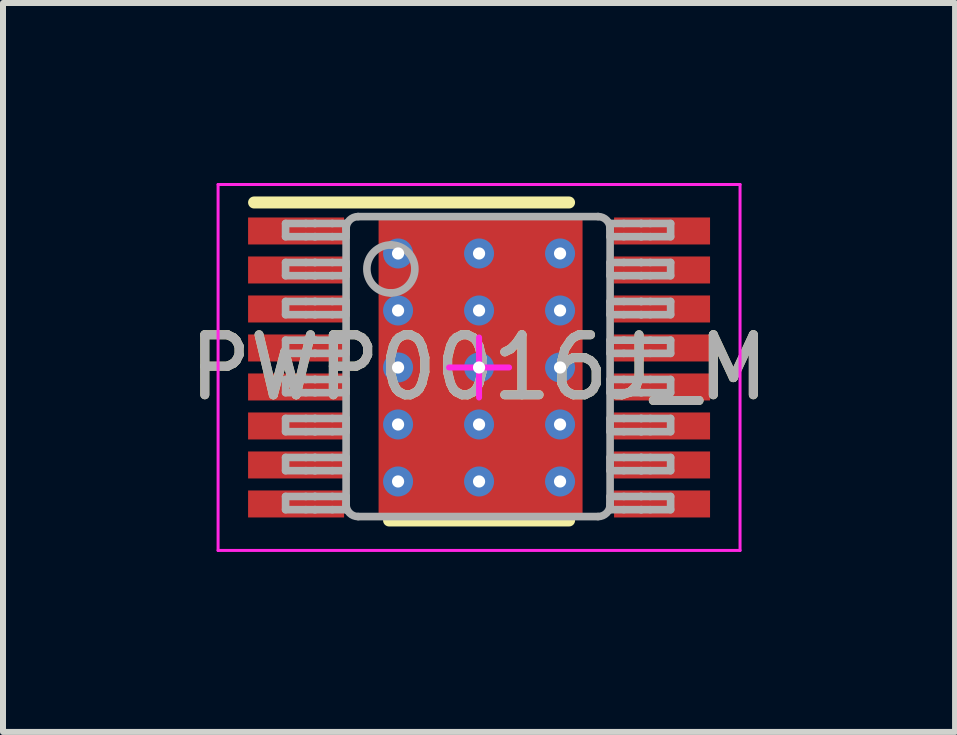
<source format=kicad_pcb>
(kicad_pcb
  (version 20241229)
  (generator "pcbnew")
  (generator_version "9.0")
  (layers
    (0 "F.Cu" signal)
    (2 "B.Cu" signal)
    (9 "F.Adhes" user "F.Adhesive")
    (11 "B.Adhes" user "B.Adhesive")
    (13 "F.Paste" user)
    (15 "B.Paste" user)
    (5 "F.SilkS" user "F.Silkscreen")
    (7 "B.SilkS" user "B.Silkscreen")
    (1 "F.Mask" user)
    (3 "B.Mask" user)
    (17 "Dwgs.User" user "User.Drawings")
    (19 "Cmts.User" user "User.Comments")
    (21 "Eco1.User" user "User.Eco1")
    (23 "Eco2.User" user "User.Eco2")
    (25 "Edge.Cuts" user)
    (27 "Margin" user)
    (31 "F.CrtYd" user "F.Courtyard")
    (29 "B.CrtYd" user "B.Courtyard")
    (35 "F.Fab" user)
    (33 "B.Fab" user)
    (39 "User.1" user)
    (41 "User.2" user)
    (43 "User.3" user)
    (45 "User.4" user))
  (footprint "PWP0016J_M"
    (layer "F.Cu")
    (at 4.935 3.075)
    (property "Reference" "PWP0016J_M" (at 0 0 0) (unlocked yes) (layer "F.SilkS") (effects (font (size 1 1) (thickness 0.15))))
    (attr smd)
    (fp_poly (pts (xy -1.23 1.726) (xy -1.23 -1.726) (xy -1.229 -1.735) (xy -1.226 -1.745) (xy -1.222 -1.753) (xy -1.216 -1.761) (xy -1.208 -1.767) (xy -1.2 -1.771) (xy -1.19 -1.774) (xy -1.181 -1.775) (xy 1.181 -1.775) (xy 1.19 -1.774) (xy 1.2 -1.771) (xy 1.208 -1.767) (xy 1.216 -1.761) (xy 1.222 -1.753) (xy 1.226 -1.745) (xy 1.229 -1.735) (xy 1.23 -1.726) (xy 1.23 1.726) (xy 1.229 1.735) (xy 1.226 1.745) (xy 1.222 1.753) (xy 1.216 1.761) (xy 1.208 1.767) (xy 1.2 1.771) (xy 1.19 1.774) (xy 1.181 1.775) (xy -1.181 1.775) (xy -1.19 1.774) (xy -1.2 1.771) (xy -1.208 1.767) (xy -1.216 1.761) (xy -1.222 1.753) (xy -1.226 1.745) (xy -1.229 1.735)) (stroke (width 0) (type solid)) (fill yes) (layer "F.Mask"))
    (fp_line (start -3.75 -2.75) (end 1.5 -2.75) (stroke (width 0.2) (type solid)) (layer "F.SilkS"))
    (fp_line (start -1.5 2.55) (end 1.5 2.55) (stroke (width 0.2) (type solid)) (layer "F.SilkS"))
    (fp_poly (pts (xy -1.23 1.726) (xy -1.23 -1.726) (xy -1.229 -1.735) (xy -1.226 -1.745) (xy -1.222 -1.753) (xy -1.216 -1.761) (xy -1.208 -1.767) (xy -1.2 -1.771) (xy -1.19 -1.774) (xy -1.181 -1.775) (xy 1.181 -1.775) (xy 1.19 -1.774) (xy 1.2 -1.771) (xy 1.208 -1.767) (xy 1.216 -1.761) (xy 1.222 -1.753) (xy 1.226 -1.745) (xy 1.229 -1.735) (xy 1.23 -1.726) (xy 1.23 1.726) (xy 1.229 1.735) (xy 1.226 1.745) (xy 1.222 1.753) (xy 1.216 1.761) (xy 1.208 1.767) (xy 1.2 1.771) (xy 1.19 1.774) (xy 1.181 1.775) (xy -1.181 1.775) (xy -1.19 1.774) (xy -1.2 1.771) (xy -1.208 1.767) (xy -1.216 1.761) (xy -1.222 1.753) (xy -1.226 1.745) (xy -1.229 1.735)) (stroke (width 0) (type solid)) (fill yes) (layer "F.Paste"))
    (fp_line (start -4.35 -3.05) (end 4.35 -3.05) (stroke (width 0.05) (type solid)) (layer "F.CrtYd"))
    (fp_line (start -4.35 3.05) (end -4.35 -3.05) (stroke (width 0.05) (type solid)) (layer "F.CrtYd"))
    (fp_line (start -4.35 3.05) (end 4.35 3.05) (stroke (width 0.05) (type solid)) (layer "F.CrtYd"))
    (fp_line (start -0.5 0) (end 0.5 0) (stroke (width 0.1) (type solid)) (layer "F.CrtYd"))
    (fp_line (start 0 0.5) (end 0 -0.5) (stroke (width 0.1) (type solid)) (layer "F.CrtYd"))
    (fp_line (start 4.35 3.05) (end 4.35 -3.05) (stroke (width 0.05) (type solid)) (layer "F.CrtYd"))
    (fp_line (start -3.225 -2.4) (end -2.887 -2.4) (stroke (width 0.127) (type solid)) (layer "F.Fab"))
    (fp_line (start -3.225 -2.18) (end -3.225 -2.4) (stroke (width 0.127) (type solid)) (layer "F.Fab"))
    (fp_line (start -3.225 -2.18) (end -2.887 -2.18) (stroke (width 0.127) (type solid)) (layer "F.Fab"))
    (fp_line (start -3.225 -1.75) (end -2.887 -1.75) (stroke (width 0.127) (type solid)) (layer "F.Fab"))
    (fp_line (start -3.225 -1.53) (end -3.225 -1.75) (stroke (width 0.127) (type solid)) (layer "F.Fab"))
    (fp_line (start -3.225 -1.53) (end -2.887 -1.53) (stroke (width 0.127) (type solid)) (layer "F.Fab"))
    (fp_line (start -3.225 -1.1) (end -2.887 -1.1) (stroke (width 0.127) (type solid)) (layer "F.Fab"))
    (fp_line (start -3.225 -0.88) (end -3.225 -1.1) (stroke (width 0.127) (type solid)) (layer "F.Fab"))
    (fp_line (start -3.225 -0.88) (end -2.887 -0.88) (stroke (width 0.127) (type solid)) (layer "F.Fab"))
    (fp_line (start -3.225 -0.455) (end -2.887 -0.455) (stroke (width 0.127) (type solid)) (layer "F.Fab"))
    (fp_line (start -3.225 -0.235) (end -3.225 -0.455) (stroke (width 0.127) (type solid)) (layer "F.Fab"))
    (fp_line (start -3.225 -0.235) (end -2.887 -0.235) (stroke (width 0.127) (type solid)) (layer "F.Fab"))
    (fp_line (start -3.225 0.2) (end -2.887 0.2) (stroke (width 0.127) (type solid)) (layer "F.Fab"))
    (fp_line (start -3.225 0.42) (end -3.225 0.2) (stroke (width 0.127) (type solid)) (layer "F.Fab"))
    (fp_line (start -3.225 0.42) (end -2.887 0.42) (stroke (width 0.127) (type solid)) (layer "F.Fab"))
    (fp_line (start -3.225 0.85) (end -2.887 0.85) (stroke (width 0.127) (type solid)) (layer "F.Fab"))
    (fp_line (start -3.225 1.07) (end -3.225 0.85) (stroke (width 0.127) (type solid)) (layer "F.Fab"))
    (fp_line (start -3.225 1.07) (end -2.887 1.07) (stroke (width 0.127) (type solid)) (layer "F.Fab"))
    (fp_line (start -3.225 1.5) (end -2.887 1.5) (stroke (width 0.127) (type solid)) (layer "F.Fab"))
    (fp_line (start -3.225 1.72) (end -3.225 1.5) (stroke (width 0.127) (type solid)) (layer "F.Fab"))
    (fp_line (start -3.225 1.72) (end -2.887 1.72) (stroke (width 0.127) (type solid)) (layer "F.Fab"))
    (fp_line (start -3.225 2.15) (end -2.887 2.15) (stroke (width 0.127) (type solid)) (layer "F.Fab"))
    (fp_line (start -3.225 2.37) (end -3.225 2.15) (stroke (width 0.127) (type solid)) (layer "F.Fab"))
    (fp_line (start -3.225 2.37) (end -2.887 2.37) (stroke (width 0.127) (type solid)) (layer "F.Fab"))
    (fp_line (start -2.887 -2.4) (end -2.739 -2.4) (stroke (width 0.127) (type solid)) (layer "F.Fab"))
    (fp_line (start -2.887 -2.18) (end -2.739 -2.18) (stroke (width 0.127) (type solid)) (layer "F.Fab"))
    (fp_line (start -2.887 -1.75) (end -2.739 -1.75) (stroke (width 0.127) (type solid)) (layer "F.Fab"))
    (fp_line (start -2.887 -1.53) (end -2.739 -1.53) (stroke (width 0.127) (type solid)) (layer "F.Fab"))
    (fp_line (start -2.887 -1.1) (end -2.739 -1.1) (stroke (width 0.127) (type solid)) (layer "F.Fab"))
    (fp_line (start -2.887 -0.88) (end -2.739 -0.88) (stroke (width 0.127) (type solid)) (layer "F.Fab"))
    (fp_line (start -2.887 -0.455) (end -2.739 -0.455) (stroke (width 0.127) (type solid)) (layer "F.Fab"))
    (fp_line (start -2.887 -0.235) (end -2.739 -0.235) (stroke (width 0.127) (type solid)) (layer "F.Fab"))
    (fp_line (start -2.887 0.2) (end -2.739 0.2) (stroke (width 0.127) (type solid)) (layer "F.Fab"))
    (fp_line (start -2.887 0.42) (end -2.739 0.42) (stroke (width 0.127) (type solid)) (layer "F.Fab"))
    (fp_line (start -2.887 0.85) (end -2.739 0.85) (stroke (width 0.127) (type solid)) (layer "F.Fab"))
    (fp_line (start -2.887 1.07) (end -2.739 1.07) (stroke (width 0.127) (type solid)) (layer "F.Fab"))
    (fp_line (start -2.887 1.5) (end -2.739 1.5) (stroke (width 0.127) (type solid)) (layer "F.Fab"))
    (fp_line (start -2.887 1.72) (end -2.739 1.72) (stroke (width 0.127) (type solid)) (layer "F.Fab"))
    (fp_line (start -2.887 2.15) (end -2.739 2.15) (stroke (width 0.127) (type solid)) (layer "F.Fab"))
    (fp_line (start -2.887 2.37) (end -2.739 2.37) (stroke (width 0.127) (type solid)) (layer "F.Fab"))
    (fp_line (start -2.739 -2.4) (end -2.73 -2.4) (stroke (width 0.127) (type solid)) (layer "F.Fab"))
    (fp_line (start -2.739 -2.18) (end -2.73 -2.18) (stroke (width 0.127) (type solid)) (layer "F.Fab"))
    (fp_line (start -2.739 -1.75) (end -2.73 -1.75) (stroke (width 0.127) (type solid)) (layer "F.Fab"))
    (fp_line (start -2.739 -1.53) (end -2.73 -1.53) (stroke (width 0.127) (type solid)) (layer "F.Fab"))
    (fp_line (start -2.739 -1.1) (end -2.73 -1.1) (stroke (width 0.127) (type solid)) (layer "F.Fab"))
    (fp_line (start -2.739 -0.88) (end -2.73 -0.88) (stroke (width 0.127) (type solid)) (layer "F.Fab"))
    (fp_line (start -2.739 -0.455) (end -2.73 -0.455) (stroke (width 0.127) (type solid)) (layer "F.Fab"))
    (fp_line (start -2.739 -0.235) (end -2.73 -0.235) (stroke (width 0.127) (type solid)) (layer "F.Fab"))
    (fp_line (start -2.739 0.2) (end -2.73 0.2) (stroke (width 0.127) (type solid)) (layer "F.Fab"))
    (fp_line (start -2.739 0.42) (end -2.73 0.42) (stroke (width 0.127) (type solid)) (layer "F.Fab"))
    (fp_line (start -2.739 0.85) (end -2.73 0.85) (stroke (width 0.127) (type solid)) (layer "F.Fab"))
    (fp_line (start -2.739 1.07) (end -2.73 1.07) (stroke (width 0.127) (type solid)) (layer "F.Fab"))
    (fp_line (start -2.739 1.5) (end -2.73 1.5) (stroke (width 0.127) (type solid)) (layer "F.Fab"))
    (fp_line (start -2.739 1.72) (end -2.73 1.72) (stroke (width 0.127) (type solid)) (layer "F.Fab"))
    (fp_line (start -2.739 2.15) (end -2.73 2.15) (stroke (width 0.127) (type solid)) (layer "F.Fab"))
    (fp_line (start -2.739 2.37) (end -2.73 2.37) (stroke (width 0.127) (type solid)) (layer "F.Fab"))
    (fp_line (start -2.73 -2.4) (end -2.446 -2.4) (stroke (width 0.127) (type solid)) (layer "F.Fab"))
    (fp_line (start -2.73 -2.18) (end -2.446 -2.18) (stroke (width 0.127) (type solid)) (layer "F.Fab"))
    (fp_line (start -2.73 -1.75) (end -2.446 -1.75) (stroke (width 0.127) (type solid)) (layer "F.Fab"))
    (fp_line (start -2.73 -1.53) (end -2.446 -1.53) (stroke (width 0.127) (type solid)) (layer "F.Fab"))
    (fp_line (start -2.73 -1.1) (end -2.446 -1.1) (stroke (width 0.127) (type solid)) (layer "F.Fab"))
    (fp_line (start -2.73 -0.88) (end -2.446 -0.88) (stroke (width 0.127) (type solid)) (layer "F.Fab"))
    (fp_line (start -2.73 -0.455) (end -2.446 -0.455) (stroke (width 0.127) (type solid)) (layer "F.Fab"))
    (fp_line (start -2.73 -0.235) (end -2.446 -0.235) (stroke (width 0.127) (type solid)) (layer "F.Fab"))
    (fp_line (start -2.73 0.2) (end -2.446 0.2) (stroke (width 0.127) (type solid)) (layer "F.Fab"))
    (fp_line (start -2.73 0.42) (end -2.446 0.42) (stroke (width 0.127) (type solid)) (layer "F.Fab"))
    (fp_line (start -2.73 0.85) (end -2.446 0.85) (stroke (width 0.127) (type solid)) (layer "F.Fab"))
    (fp_line (start -2.73 1.07) (end -2.446 1.07) (stroke (width 0.127) (type solid)) (layer "F.Fab"))
    (fp_line (start -2.73 1.5) (end -2.446 1.5) (stroke (width 0.127) (type solid)) (layer "F.Fab"))
    (fp_line (start -2.73 1.72) (end -2.446 1.72) (stroke (width 0.127) (type solid)) (layer "F.Fab"))
    (fp_line (start -2.73 2.15) (end -2.446 2.15) (stroke (width 0.127) (type solid)) (layer "F.Fab"))
    (fp_line (start -2.73 2.37) (end -2.446 2.37) (stroke (width 0.127) (type solid)) (layer "F.Fab"))
    (fp_line (start -2.446 -2.4) (end -2.216 -2.4) (stroke (width 0.127) (type solid)) (layer "F.Fab"))
    (fp_line (start -2.446 -2.18) (end -2.216 -2.18) (stroke (width 0.127) (type solid)) (layer "F.Fab"))
    (fp_line (start -2.446 -1.75) (end -2.216 -1.75) (stroke (width 0.127) (type solid)) (layer "F.Fab"))
    (fp_line (start -2.446 -1.53) (end -2.216 -1.53) (stroke (width 0.127) (type solid)) (layer "F.Fab"))
    (fp_line (start -2.446 -1.1) (end -2.216 -1.1) (stroke (width 0.127) (type solid)) (layer "F.Fab"))
    (fp_line (start -2.446 -0.88) (end -2.216 -0.88) (stroke (width 0.127) (type solid)) (layer "F.Fab"))
    (fp_line (start -2.446 -0.455) (end -2.216 -0.455) (stroke (width 0.127) (type solid)) (layer "F.Fab"))
    (fp_line (start -2.446 -0.235) (end -2.216 -0.235) (stroke (width 0.127) (type solid)) (layer "F.Fab"))
    (fp_line (start -2.446 0.2) (end -2.216 0.2) (stroke (width 0.127) (type solid)) (layer "F.Fab"))
    (fp_line (start -2.446 0.42) (end -2.216 0.42) (stroke (width 0.127) (type solid)) (layer "F.Fab"))
    (fp_line (start -2.446 0.85) (end -2.216 0.85) (stroke (width 0.127) (type solid)) (layer "F.Fab"))
    (fp_line (start -2.446 1.07) (end -2.216 1.07) (stroke (width 0.127) (type solid)) (layer "F.Fab"))
    (fp_line (start -2.446 1.5) (end -2.216 1.5) (stroke (width 0.127) (type solid)) (layer "F.Fab"))
    (fp_line (start -2.446 1.72) (end -2.216 1.72) (stroke (width 0.127) (type solid)) (layer "F.Fab"))
    (fp_line (start -2.446 2.15) (end -2.216 2.15) (stroke (width 0.127) (type solid)) (layer "F.Fab"))
    (fp_line (start -2.446 2.37) (end -2.216 2.37) (stroke (width 0.127) (type solid)) (layer "F.Fab"))
    (fp_line (start -2.216 -2.18) (end -2.216 -2.4) (stroke (width 0.127) (type solid)) (layer "F.Fab"))
    (fp_line (start -2.216 -1.53) (end -2.216 -1.75) (stroke (width 0.127) (type solid)) (layer "F.Fab"))
    (fp_line (start -2.216 -0.88) (end -2.216 -1.1) (stroke (width 0.127) (type solid)) (layer "F.Fab"))
    (fp_line (start -2.216 -0.235) (end -2.216 -0.455) (stroke (width 0.127) (type solid)) (layer "F.Fab"))
    (fp_line (start -2.216 0.42) (end -2.216 0.2) (stroke (width 0.127) (type solid)) (layer "F.Fab"))
    (fp_line (start -2.216 1.07) (end -2.216 0.85) (stroke (width 0.127) (type solid)) (layer "F.Fab"))
    (fp_line (start -2.216 1.72) (end -2.216 1.5) (stroke (width 0.127) (type solid)) (layer "F.Fab"))
    (fp_line (start -2.216 2.285) (end -2.216 -2.315) (stroke (width 0.127) (type solid)) (layer "F.Fab"))
    (fp_line (start -2.216 2.37) (end -2.216 2.15) (stroke (width 0.127) (type solid)) (layer "F.Fab"))
    (fp_line (start -2.016 -2.515) (end 1.984 -2.515) (stroke (width 0.127) (type solid)) (layer "F.Fab"))
    (fp_line (start -2.016 2.485) (end 1.984 2.485) (stroke (width 0.127) (type solid)) (layer "F.Fab"))
    (fp_line (start 2.184 -2.4) (end 2.413 -2.4) (stroke (width 0.127) (type solid)) (layer "F.Fab"))
    (fp_line (start 2.184 -2.18) (end 2.184 -2.4) (stroke (width 0.127) (type solid)) (layer "F.Fab"))
    (fp_line (start 2.184 -2.18) (end 2.413 -2.18) (stroke (width 0.127) (type solid)) (layer "F.Fab"))
    (fp_line (start 2.184 -1.75) (end 2.413 -1.75) (stroke (width 0.127) (type solid)) (layer "F.Fab"))
    (fp_line (start 2.184 -1.53) (end 2.184 -1.75) (stroke (width 0.127) (type solid)) (layer "F.Fab"))
    (fp_line (start 2.184 -1.53) (end 2.413 -1.53) (stroke (width 0.127) (type solid)) (layer "F.Fab"))
    (fp_line (start 2.184 -1.1) (end 2.413 -1.1) (stroke (width 0.127) (type solid)) (layer "F.Fab"))
    (fp_line (start 2.184 -0.88) (end 2.184 -1.1) (stroke (width 0.127) (type solid)) (layer "F.Fab"))
    (fp_line (start 2.184 -0.88) (end 2.413 -0.88) (stroke (width 0.127) (type solid)) (layer "F.Fab"))
    (fp_line (start 2.184 -0.455) (end 2.413 -0.455) (stroke (width 0.127) (type solid)) (layer "F.Fab"))
    (fp_line (start 2.184 -0.235) (end 2.184 -0.455) (stroke (width 0.127) (type solid)) (layer "F.Fab"))
    (fp_line (start 2.184 -0.235) (end 2.413 -0.235) (stroke (width 0.127) (type solid)) (layer "F.Fab"))
    (fp_line (start 2.184 0.2) (end 2.413 0.2) (stroke (width 0.127) (type solid)) (layer "F.Fab"))
    (fp_line (start 2.184 0.42) (end 2.184 0.2) (stroke (width 0.127) (type solid)) (layer "F.Fab"))
    (fp_line (start 2.184 0.42) (end 2.413 0.42) (stroke (width 0.127) (type solid)) (layer "F.Fab"))
    (fp_line (start 2.184 0.85) (end 2.413 0.85) (stroke (width 0.127) (type solid)) (layer "F.Fab"))
    (fp_line (start 2.184 1.07) (end 2.184 0.85) (stroke (width 0.127) (type solid)) (layer "F.Fab"))
    (fp_line (start 2.184 1.07) (end 2.413 1.07) (stroke (width 0.127) (type solid)) (layer "F.Fab"))
    (fp_line (start 2.184 1.5) (end 2.413 1.5) (stroke (width 0.127) (type solid)) (layer "F.Fab"))
    (fp_line (start 2.184 1.72) (end 2.184 1.5) (stroke (width 0.127) (type solid)) (layer "F.Fab"))
    (fp_line (start 2.184 1.72) (end 2.413 1.72) (stroke (width 0.127) (type solid)) (layer "F.Fab"))
    (fp_line (start 2.184 2.15) (end 2.413 2.15) (stroke (width 0.127) (type solid)) (layer "F.Fab"))
    (fp_line (start 2.184 2.285) (end 2.184 -2.315) (stroke (width 0.127) (type solid)) (layer "F.Fab"))
    (fp_line (start 2.184 2.37) (end 2.184 2.15) (stroke (width 0.127) (type solid)) (layer "F.Fab"))
    (fp_line (start 2.184 2.37) (end 2.413 2.37) (stroke (width 0.127) (type solid)) (layer "F.Fab"))
    (fp_line (start 2.413 -2.4) (end 2.698 -2.4) (stroke (width 0.127) (type solid)) (layer "F.Fab"))
    (fp_line (start 2.413 -2.18) (end 2.698 -2.18) (stroke (width 0.127) (type solid)) (layer "F.Fab"))
    (fp_line (start 2.413 -1.75) (end 2.698 -1.75) (stroke (width 0.127) (type solid)) (layer "F.Fab"))
    (fp_line (start 2.413 -1.53) (end 2.698 -1.53) (stroke (width 0.127) (type solid)) (layer "F.Fab"))
    (fp_line (start 2.413 -1.1) (end 2.698 -1.1) (stroke (width 0.127) (type solid)) (layer "F.Fab"))
    (fp_line (start 2.413 -0.88) (end 2.698 -0.88) (stroke (width 0.127) (type solid)) (layer "F.Fab"))
    (fp_line (start 2.413 -0.455) (end 2.698 -0.455) (stroke (width 0.127) (type solid)) (layer "F.Fab"))
    (fp_line (start 2.413 -0.235) (end 2.698 -0.235) (stroke (width 0.127) (type solid)) (layer "F.Fab"))
    (fp_line (start 2.413 0.2) (end 2.698 0.2) (stroke (width 0.127) (type solid)) (layer "F.Fab"))
    (fp_line (start 2.413 0.42) (end 2.698 0.42) (stroke (width 0.127) (type solid)) (layer "F.Fab"))
    (fp_line (start 2.413 0.85) (end 2.698 0.85) (stroke (width 0.127) (type solid)) (layer "F.Fab"))
    (fp_line (start 2.413 1.07) (end 2.698 1.07) (stroke (width 0.127) (type solid)) (layer "F.Fab"))
    (fp_line (start 2.413 1.5) (end 2.698 1.5) (stroke (width 0.127) (type solid)) (layer "F.Fab"))
    (fp_line (start 2.413 1.72) (end 2.698 1.72) (stroke (width 0.127) (type solid)) (layer "F.Fab"))
    (fp_line (start 2.413 2.15) (end 2.698 2.15) (stroke (width 0.127) (type solid)) (layer "F.Fab"))
    (fp_line (start 2.413 2.37) (end 2.698 2.37) (stroke (width 0.127) (type solid)) (layer "F.Fab"))
    (fp_line (start 2.698 -2.4) (end 2.707 -2.4) (stroke (width 0.127) (type solid)) (layer "F.Fab"))
    (fp_line (start 2.698 -2.18) (end 2.707 -2.18) (stroke (width 0.127) (type solid)) (layer "F.Fab"))
    (fp_line (start 2.698 -1.75) (end 2.707 -1.75) (stroke (width 0.127) (type solid)) (layer "F.Fab"))
    (fp_line (start 2.698 -1.53) (end 2.707 -1.53) (stroke (width 0.127) (type solid)) (layer "F.Fab"))
    (fp_line (start 2.698 -1.1) (end 2.707 -1.1) (stroke (width 0.127) (type solid)) (layer "F.Fab"))
    (fp_line (start 2.698 -0.88) (end 2.707 -0.88) (stroke (width 0.127) (type solid)) (layer "F.Fab"))
    (fp_line (start 2.698 -0.455) (end 2.707 -0.455) (stroke (width 0.127) (type solid)) (layer "F.Fab"))
    (fp_line (start 2.698 -0.235) (end 2.707 -0.235) (stroke (width 0.127) (type solid)) (layer "F.Fab"))
    (fp_line (start 2.698 0.2) (end 2.707 0.2) (stroke (width 0.127) (type solid)) (layer "F.Fab"))
    (fp_line (start 2.698 0.42) (end 2.707 0.42) (stroke (width 0.127) (type solid)) (layer "F.Fab"))
    (fp_line (start 2.698 0.85) (end 2.707 0.85) (stroke (width 0.127) (type solid)) (layer "F.Fab"))
    (fp_line (start 2.698 1.07) (end 2.707 1.07) (stroke (width 0.127) (type solid)) (layer "F.Fab"))
    (fp_line (start 2.698 1.5) (end 2.707 1.5) (stroke (width 0.127) (type solid)) (layer "F.Fab"))
    (fp_line (start 2.698 1.72) (end 2.707 1.72) (stroke (width 0.127) (type solid)) (layer "F.Fab"))
    (fp_line (start 2.698 2.15) (end 2.707 2.15) (stroke (width 0.127) (type solid)) (layer "F.Fab"))
    (fp_line (start 2.698 2.37) (end 2.707 2.37) (stroke (width 0.127) (type solid)) (layer "F.Fab"))
    (fp_line (start 2.707 -2.4) (end 2.854 -2.4) (stroke (width 0.127) (type solid)) (layer "F.Fab"))
    (fp_line (start 2.707 -2.18) (end 2.854 -2.18) (stroke (width 0.127) (type solid)) (layer "F.Fab"))
    (fp_line (start 2.707 -1.75) (end 2.854 -1.75) (stroke (width 0.127) (type solid)) (layer "F.Fab"))
    (fp_line (start 2.707 -1.53) (end 2.854 -1.53) (stroke (width 0.127) (type solid)) (layer "F.Fab"))
    (fp_line (start 2.707 -1.1) (end 2.854 -1.1) (stroke (width 0.127) (type solid)) (layer "F.Fab"))
    (fp_line (start 2.707 -0.88) (end 2.854 -0.88) (stroke (width 0.127) (type solid)) (layer "F.Fab"))
    (fp_line (start 2.707 -0.455) (end 2.854 -0.455) (stroke (width 0.127) (type solid)) (layer "F.Fab"))
    (fp_line (start 2.707 -0.235) (end 2.854 -0.235) (stroke (width 0.127) (type solid)) (layer "F.Fab"))
    (fp_line (start 2.707 0.2) (end 2.854 0.2) (stroke (width 0.127) (type solid)) (layer "F.Fab"))
    (fp_line (start 2.707 0.42) (end 2.854 0.42) (stroke (width 0.127) (type solid)) (layer "F.Fab"))
    (fp_line (start 2.707 0.85) (end 2.854 0.85) (stroke (width 0.127) (type solid)) (layer "F.Fab"))
    (fp_line (start 2.707 1.07) (end 2.854 1.07) (stroke (width 0.127) (type solid)) (layer "F.Fab"))
    (fp_line (start 2.707 1.5) (end 2.854 1.5) (stroke (width 0.127) (type solid)) (layer "F.Fab"))
    (fp_line (start 2.707 1.72) (end 2.854 1.72) (stroke (width 0.127) (type solid)) (layer "F.Fab"))
    (fp_line (start 2.707 2.15) (end 2.854 2.15) (stroke (width 0.127) (type solid)) (layer "F.Fab"))
    (fp_line (start 2.707 2.37) (end 2.854 2.37) (stroke (width 0.127) (type solid)) (layer "F.Fab"))
    (fp_line (start 2.854 -2.4) (end 3.193 -2.4) (stroke (width 0.127) (type solid)) (layer "F.Fab"))
    (fp_line (start 2.854 -2.18) (end 3.193 -2.18) (stroke (width 0.127) (type solid)) (layer "F.Fab"))
    (fp_line (start 2.854 -1.75) (end 3.193 -1.75) (stroke (width 0.127) (type solid)) (layer "F.Fab"))
    (fp_line (start 2.854 -1.53) (end 3.193 -1.53) (stroke (width 0.127) (type solid)) (layer "F.Fab"))
    (fp_line (start 2.854 -1.1) (end 3.193 -1.1) (stroke (width 0.127) (type solid)) (layer "F.Fab"))
    (fp_line (start 2.854 -0.88) (end 3.193 -0.88) (stroke (width 0.127) (type solid)) (layer "F.Fab"))
    (fp_line (start 2.854 -0.455) (end 3.193 -0.455) (stroke (width 0.127) (type solid)) (layer "F.Fab"))
    (fp_line (start 2.854 -0.235) (end 3.193 -0.235) (stroke (width 0.127) (type solid)) (layer "F.Fab"))
    (fp_line (start 2.854 0.2) (end 3.193 0.2) (stroke (width 0.127) (type solid)) (layer "F.Fab"))
    (fp_line (start 2.854 0.42) (end 3.193 0.42) (stroke (width 0.127) (type solid)) (layer "F.Fab"))
    (fp_line (start 2.854 0.85) (end 3.193 0.85) (stroke (width 0.127) (type solid)) (layer "F.Fab"))
    (fp_line (start 2.854 1.07) (end 3.193 1.07) (stroke (width 0.127) (type solid)) (layer "F.Fab"))
    (fp_line (start 2.854 1.5) (end 3.193 1.5) (stroke (width 0.127) (type solid)) (layer "F.Fab"))
    (fp_line (start 2.854 1.72) (end 3.193 1.72) (stroke (width 0.127) (type solid)) (layer "F.Fab"))
    (fp_line (start 2.854 2.15) (end 3.193 2.15) (stroke (width 0.127) (type solid)) (layer "F.Fab"))
    (fp_line (start 2.854 2.37) (end 3.193 2.37) (stroke (width 0.127) (type solid)) (layer "F.Fab"))
    (fp_line (start 3.193 -2.18) (end 3.193 -2.4) (stroke (width 0.127) (type solid)) (layer "F.Fab"))
    (fp_line (start 3.193 -1.53) (end 3.193 -1.75) (stroke (width 0.127) (type solid)) (layer "F.Fab"))
    (fp_line (start 3.193 -0.88) (end 3.193 -1.1) (stroke (width 0.127) (type solid)) (layer "F.Fab"))
    (fp_line (start 3.193 -0.235) (end 3.193 -0.455) (stroke (width 0.127) (type solid)) (layer "F.Fab"))
    (fp_line (start 3.193 0.42) (end 3.193 0.2) (stroke (width 0.127) (type solid)) (layer "F.Fab"))
    (fp_line (start 3.193 1.07) (end 3.193 0.85) (stroke (width 0.127) (type solid)) (layer "F.Fab"))
    (fp_line (start 3.193 1.72) (end 3.193 1.5) (stroke (width 0.127) (type solid)) (layer "F.Fab"))
    (fp_line (start 3.193 2.37) (end 3.193 2.15) (stroke (width 0.127) (type solid)) (layer "F.Fab"))
    (fp_arc (start -2.216137 -2.314986) (mid -2.157559 -2.456407) (end -2.016138 -2.514986) (stroke (width 0.127) (type solid)) (layer "F.Fab"))
    (fp_arc (start -2.016137 2.485004) (mid -2.157559 2.426426) (end -2.216137 2.285004) (stroke (width 0.127) (type solid)) (layer "F.Fab"))
    (fp_arc (start -1.470139 -2.041987) (mid -1.07014 -1.641988) (end -1.470139 -1.241989) (stroke (width 0.127) (type solid)) (layer "F.Fab"))
    (fp_arc (start -1.470139 -1.241989) (mid -1.870139 -1.641988) (end -1.470139 -2.041987) (stroke (width 0.127) (type solid)) (layer "F.Fab"))
    (fp_arc (start 1.983854 -2.514986) (mid 2.125275 -2.456408) (end 2.183854 -2.314986) (stroke (width 0.127) (type solid)) (layer "F.Fab"))
    (fp_arc (start 2.183854 2.285004) (mid 2.125275 2.426425) (end 1.983854 2.485004) (stroke (width 0.127) (type solid)) (layer "F.Fab"))
    (fp_text user "${REFERENCE}" (at 0 0 0) (unlocked yes) (layer "F.Fab") (effects (font (size 1 1) (thickness 0.15))))
    (pad "1" smd rect (at -3.05 -2.275 90) (size 0.45 1.6) (layers "F.Cu" "F.Mask" "F.Paste"))
    (pad "2" smd rect (at -3.05 -1.625 90) (size 0.45 1.6) (layers "F.Cu" "F.Mask" "F.Paste"))
    (pad "3" smd rect (at -3.05 -0.975 90) (size 0.45 1.6) (layers "F.Cu" "F.Mask" "F.Paste"))
    (pad "4" smd rect (at -3.05 -0.325 90) (size 0.45 1.6) (layers "F.Cu" "F.Mask" "F.Paste"))
    (pad "5" smd rect (at -3.05 0.325 90) (size 0.45 1.6) (layers "F.Cu" "F.Mask" "F.Paste"))
    (pad "6" smd rect (at -3.05 0.975 90) (size 0.45 1.6) (layers "F.Cu" "F.Mask" "F.Paste"))
    (pad "7" smd rect (at -3.05 1.625 90) (size 0.45 1.6) (layers "F.Cu" "F.Mask" "F.Paste"))
    (pad "8" smd rect (at -3.05 2.275 90) (size 0.45 1.6) (layers "F.Cu" "F.Mask" "F.Paste"))
    (pad "9" smd rect (at 3.05 2.275 90) (size 0.45 1.6) (layers "F.Cu" "F.Mask" "F.Paste"))
    (pad "10" smd rect (at 3.05 1.625 90) (size 0.45 1.6) (layers "F.Cu" "F.Mask" "F.Paste"))
    (pad "11" smd rect (at 3.05 0.975 90) (size 0.45 1.6) (layers "F.Cu" "F.Mask" "F.Paste"))
    (pad "12" smd rect (at 3.05 0.325 90) (size 0.45 1.6) (layers "F.Cu" "F.Mask" "F.Paste"))
    (pad "13" smd rect (at 3.05 -0.325 90) (size 0.45 1.6) (layers "F.Cu" "F.Mask" "F.Paste"))
    (pad "14" smd rect (at 3.05 -0.975 90) (size 0.45 1.6) (layers "F.Cu" "F.Mask" "F.Paste"))
    (pad "15" smd rect (at 3.05 -1.625 90) (size 0.45 1.6) (layers "F.Cu" "F.Mask" "F.Paste"))
    (pad "16" smd rect (at 3.05 -2.275 90) (size 0.45 1.6) (layers "F.Cu" "F.Mask" "F.Paste"))
    (pad "17" smd rect (at 0.025 0) (size 3.4 5) (layers "F.Cu" "F.Mask" "F.Paste"))
    (pad "18" thru_hole circle (at 0 0) (size 0.5 0.5) (drill 0.203) (layers "*.Cu" "*.Mask"))
    (pad "19" thru_hole circle (at 0 0.95) (size 0.5 0.5) (drill 0.203) (layers "*.Cu" "*.Mask"))
    (pad "20" thru_hole circle (at 0 -0.95) (size 0.5 0.5) (drill 0.203) (layers "*.Cu" "*.Mask"))
    (pad "21" thru_hole circle (at 0 -1.9) (size 0.5 0.5) (drill 0.203) (layers "*.Cu" "*.Mask"))
    (pad "22" thru_hole circle (at 0 1.9) (size 0.5 0.5) (drill 0.203) (layers "*.Cu" "*.Mask"))
    (pad "23" thru_hole circle (at 1.35 1.9) (size 0.5 0.5) (drill 0.203) (layers "*.Cu" "*.Mask"))
    (pad "24" thru_hole circle (at 1.35 -1.9) (size 0.5 0.5) (drill 0.203) (layers "*.Cu" "*.Mask"))
    (pad "25" thru_hole circle (at 1.35 -0.95) (size 0.5 0.5) (drill 0.203) (layers "*.Cu" "*.Mask"))
    (pad "26" thru_hole circle (at 1.35 0.95) (size 0.5 0.5) (drill 0.203) (layers "*.Cu" "*.Mask"))
    (pad "27" thru_hole circle (at 1.35 0) (size 0.5 0.5) (drill 0.203) (layers "*.Cu" "*.Mask"))
    (pad "28" thru_hole circle (at -1.35 0) (size 0.5 0.5) (drill 0.203) (layers "*.Cu" "*.Mask"))
    (pad "29" thru_hole circle (at -1.35 0.95) (size 0.5 0.5) (drill 0.203) (layers "*.Cu" "*.Mask"))
    (pad "30" thru_hole circle (at -1.35 -0.95) (size 0.5 0.5) (drill 0.203) (layers "*.Cu" "*.Mask"))
    (pad "31" thru_hole circle (at -1.35 -1.9) (size 0.5 0.5) (drill 0.203) (layers "*.Cu" "*.Mask"))
    (pad "32" thru_hole circle (at -1.35 1.9) (size 0.5 0.5) (drill 0.203) (layers "*.Cu" "*.Mask")))
  (gr_rect
    (start -3 -3)
    (end 12.869 9.15)
    (stroke (width 0.1) (type default))
    (fill no)
    (layer "Edge.Cuts")))
</source>
